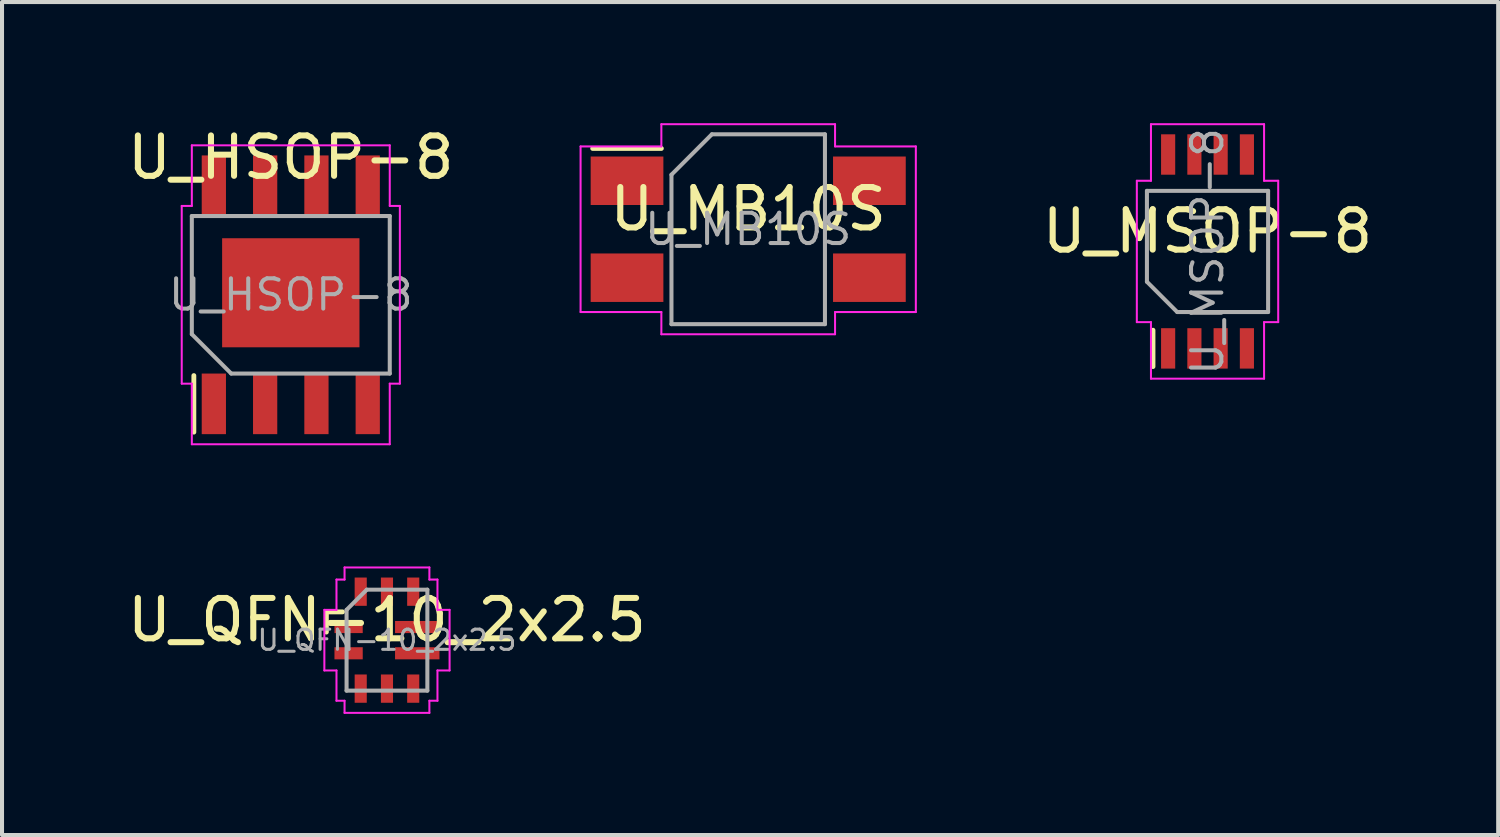
<source format=kicad_pcb>
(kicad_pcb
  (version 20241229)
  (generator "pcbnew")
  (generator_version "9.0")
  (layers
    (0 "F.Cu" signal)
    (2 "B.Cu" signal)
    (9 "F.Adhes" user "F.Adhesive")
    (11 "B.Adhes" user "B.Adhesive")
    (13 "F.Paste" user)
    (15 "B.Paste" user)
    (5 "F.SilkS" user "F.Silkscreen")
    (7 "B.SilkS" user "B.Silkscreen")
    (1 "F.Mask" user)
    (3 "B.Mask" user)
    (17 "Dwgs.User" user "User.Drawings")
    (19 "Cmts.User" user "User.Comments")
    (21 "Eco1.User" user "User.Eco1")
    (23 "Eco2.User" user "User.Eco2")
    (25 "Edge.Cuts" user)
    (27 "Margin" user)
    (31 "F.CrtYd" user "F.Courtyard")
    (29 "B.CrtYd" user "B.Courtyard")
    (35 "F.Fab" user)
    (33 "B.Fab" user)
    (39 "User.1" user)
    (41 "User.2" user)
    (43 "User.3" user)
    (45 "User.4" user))
  (footprint "U_QFN-10_2x2.5"
    (layer "F.Cu")
    (at 6.53 12.798)
    (property "Reference" "U_QFN-10_2x2.5" (at 0 -0.5 0) (unlocked yes) (layer "F.SilkS") (effects (font (size 1 1) (thickness 0.15))))
    (attr smd)
    (fp_line (start -1.5 -0.2) (end -1.5 -0.7) (stroke (width 0.12) (type default)) (layer "F.SilkS"))
    (fp_line (start -1.1 -0.7) (end -1.5 -0.7) (stroke (width 0.12) (type default)) (layer "F.SilkS"))
    (fp_line (start -1.55 -0.75) (end -1.55 0.75) (stroke (width 0.05) (type default)) (layer "F.CrtYd"))
    (fp_line (start -1.55 0.75) (end -1.25 0.75) (stroke (width 0.05) (type default)) (layer "F.CrtYd"))
    (fp_line (start -1.25 -1.5) (end -1.25 -0.75) (stroke (width 0.05) (type default)) (layer "F.CrtYd"))
    (fp_line (start -1.25 -0.75) (end -1.55 -0.75) (stroke (width 0.05) (type default)) (layer "F.CrtYd"))
    (fp_line (start -1.25 0.75) (end -1.25 1.5) (stroke (width 0.05) (type default)) (layer "F.CrtYd"))
    (fp_line (start -1.25 1.5) (end -1.05 1.5) (stroke (width 0.05) (type default)) (layer "F.CrtYd"))
    (fp_line (start -1.05 -1.8) (end -1.05 -1.5) (stroke (width 0.05) (type default)) (layer "F.CrtYd"))
    (fp_line (start -1.05 -1.5) (end -1.25 -1.5) (stroke (width 0.05) (type default)) (layer "F.CrtYd"))
    (fp_line (start -1.05 1.5) (end -1.05 1.8) (stroke (width 0.05) (type default)) (layer "F.CrtYd"))
    (fp_line (start -1.05 1.8) (end 1.05 1.8) (stroke (width 0.05) (type default)) (layer "F.CrtYd"))
    (fp_line (start 1.05 -1.8) (end -1.05 -1.8) (stroke (width 0.05) (type default)) (layer "F.CrtYd"))
    (fp_line (start 1.05 -1.5) (end 1.05 -1.8) (stroke (width 0.05) (type default)) (layer "F.CrtYd"))
    (fp_line (start 1.05 1.5) (end 1.25 1.5) (stroke (width 0.05) (type default)) (layer "F.CrtYd"))
    (fp_line (start 1.05 1.8) (end 1.05 1.5) (stroke (width 0.05) (type default)) (layer "F.CrtYd"))
    (fp_line (start 1.25 -1.5) (end 1.05 -1.5) (stroke (width 0.05) (type default)) (layer "F.CrtYd"))
    (fp_line (start 1.25 -0.75) (end 1.25 -1.5) (stroke (width 0.05) (type default)) (layer "F.CrtYd"))
    (fp_line (start 1.25 0.75) (end 1.55 0.75) (stroke (width 0.05) (type default)) (layer "F.CrtYd"))
    (fp_line (start 1.25 1.5) (end 1.25 0.75) (stroke (width 0.05) (type default)) (layer "F.CrtYd"))
    (fp_line (start 1.55 -0.75) (end 1.25 -0.75) (stroke (width 0.05) (type default)) (layer "F.CrtYd"))
    (fp_line (start 1.55 0.75) (end 1.55 -0.75) (stroke (width 0.05) (type default)) (layer "F.CrtYd"))
    (fp_line (start -1 -0.75) (end -0.5 -1.25) (stroke (width 0.1) (type default)) (layer "F.Fab"))
    (fp_line (start -1 1.25) (end -1 -0.75) (stroke (width 0.1) (type default)) (layer "F.Fab"))
    (fp_line (start -0.5 -1.25) (end 1 -1.25) (stroke (width 0.1) (type default)) (layer "F.Fab"))
    (fp_line (start 1 -1.25) (end 1 1.25) (stroke (width 0.1) (type default)) (layer "F.Fab"))
    (fp_line (start 1 1.25) (end -1 1.25) (stroke (width 0.1) (type default)) (layer "F.Fab"))
    (fp_text user "${REFERENCE}" (at 0 0 180) (layer "F.Fab") (effects (font (size 0.5 0.5) (thickness 0.075))))
    (pad "1" smd rect (at -0.95 -0.325) (size 0.7 0.3) (layers "F.Cu" "F.Mask" "F.Paste"))
    (pad "2" smd rect (at -0.95 0.325) (size 0.7 0.3) (layers "F.Cu" "F.Mask" "F.Paste"))
    (pad "3" smd rect (at -0.65 1.2 90) (size 0.7 0.3) (layers "F.Cu" "F.Mask" "F.Paste"))
    (pad "4" smd rect (at 0 1.2 90) (size 0.7 0.3) (layers "F.Cu" "F.Mask" "F.Paste"))
    (pad "5" smd rect (at 0.65 1.2 90) (size 0.7 0.3) (layers "F.Cu" "F.Mask" "F.Paste"))
    (pad "6" smd rect (at 0.75 0.325 180) (size 1.1 0.3) (layers "F.Cu" "F.Mask" "F.Paste"))
    (pad "7" smd rect (at 0.75 -0.325 180) (size 1.1 0.3) (layers "F.Cu" "F.Mask" "F.Paste"))
    (pad "8" smd rect (at 0.65 -1.2 270) (size 0.7 0.3) (layers "F.Cu" "F.Mask" "F.Paste"))
    (pad "9" smd rect (at 0 -1.2 270) (size 0.7 0.3) (layers "F.Cu" "F.Mask" "F.Paste"))
    (pad "10" smd rect (at -0.65 -1.2 270) (size 0.7 0.3) (layers "F.Cu" "F.Mask" "F.Paste")))
  (footprint "U_MB10S"
    (layer "F.Cu")
    (at 15.473 2.625)
    (property "Reference" "U_MB10S" (at 0 -0.5 0) (unlocked yes) (layer "F.SilkS") (effects (font (size 1 1) (thickness 0.15))))
    (attr smd)
    (fp_line (start -3.85 -2) (end -2.15 -2) (stroke (width 0.12) (type default)) (layer "F.SilkS"))
    (fp_line (start -4.15 -2.05) (end -4.15 2.05) (stroke (width 0.05) (type default)) (layer "F.CrtYd"))
    (fp_line (start -4.15 2.05) (end -2.15 2.05) (stroke (width 0.05) (type default)) (layer "F.CrtYd"))
    (fp_line (start -2.15 -2.6) (end -2.15 -2.05) (stroke (width 0.05) (type default)) (layer "F.CrtYd"))
    (fp_line (start -2.15 -2.05) (end -4.15 -2.05) (stroke (width 0.05) (type default)) (layer "F.CrtYd"))
    (fp_line (start -2.15 2.05) (end -2.15 2.6) (stroke (width 0.05) (type default)) (layer "F.CrtYd"))
    (fp_line (start -2.15 2.6) (end 2.15 2.6) (stroke (width 0.05) (type default)) (layer "F.CrtYd"))
    (fp_line (start 2.15 -2.6) (end -2.15 -2.6) (stroke (width 0.05) (type default)) (layer "F.CrtYd"))
    (fp_line (start 2.15 -2.05) (end 2.15 -2.6) (stroke (width 0.05) (type default)) (layer "F.CrtYd"))
    (fp_line (start 2.15 2.05) (end 4.15 2.05) (stroke (width 0.05) (type default)) (layer "F.CrtYd"))
    (fp_line (start 2.15 2.6) (end 2.15 2.05) (stroke (width 0.05) (type default)) (layer "F.CrtYd"))
    (fp_line (start 4.15 -2.05) (end 2.15 -2.05) (stroke (width 0.05) (type default)) (layer "F.CrtYd"))
    (fp_line (start 4.15 2.05) (end 4.15 -2.05) (stroke (width 0.05) (type default)) (layer "F.CrtYd"))
    (fp_line (start -1.9 -1.35) (end -0.9 -2.35) (stroke (width 0.1) (type default)) (layer "F.Fab"))
    (fp_line (start -1.9 2.35) (end -1.9 -1.35) (stroke (width 0.1) (type default)) (layer "F.Fab"))
    (fp_line (start -0.9 -2.35) (end 1.9 -2.35) (stroke (width 0.1) (type default)) (layer "F.Fab"))
    (fp_line (start 1.9 -2.35) (end 1.9 2.35) (stroke (width 0.1) (type default)) (layer "F.Fab"))
    (fp_line (start 1.9 2.35) (end -1.9 2.35) (stroke (width 0.1) (type default)) (layer "F.Fab"))
    (fp_text user "${REFERENCE}" (at 0 0 180) (layer "F.Fab") (effects (font (size 0.75 0.75) (thickness 0.1))))
    (pad "1" smd rect (at -3 -1.2) (size 1.8 1.2) (layers "F.Cu" "F.Mask" "F.Paste"))
    (pad "2" smd rect (at -3 1.2) (size 1.8 1.2) (layers "F.Cu" "F.Mask" "F.Paste"))
    (pad "3" smd rect (at 3 1.2) (size 1.8 1.2) (layers "F.Cu" "F.Mask" "F.Paste"))
    (pad "4" smd rect (at 3 -1.2) (size 1.8 1.2) (layers "F.Cu" "F.Mask" "F.Paste")))
  (footprint "U_MSOP-8"
    (layer "F.Cu")
    (at 26.844 3.175)
    (property "Reference" "U_MSOP-8" (at 0 -0.5 0) (unlocked yes) (layer "F.SilkS") (effects (font (size 1 1) (thickness 0.15))))
    (attr smd)
    (fp_line (start -1.35 2.85) (end -1.35 1.95) (stroke (width 0.12) (type default)) (layer "F.SilkS"))
    (fp_line (start -1.75 1.75) (end -1.75 -1.75) (stroke (width 0.05) (type default)) (layer "F.CrtYd"))
    (fp_line (start -1.75 1.75) (end -1.4 1.75) (stroke (width 0.05) (type default)) (layer "F.CrtYd"))
    (fp_line (start -1.4 -3.15) (end -1.4 -1.75) (stroke (width 0.05) (type default)) (layer "F.CrtYd"))
    (fp_line (start -1.4 -1.75) (end -1.75 -1.75) (stroke (width 0.05) (type default)) (layer "F.CrtYd"))
    (fp_line (start -1.4 1.75) (end -1.4 3.15) (stroke (width 0.05) (type default)) (layer "F.CrtYd"))
    (fp_line (start -1.4 3.15) (end 1.4 3.15) (stroke (width 0.05) (type default)) (layer "F.CrtYd"))
    (fp_line (start 1.4 -3.15) (end -1.4 -3.15) (stroke (width 0.05) (type default)) (layer "F.CrtYd"))
    (fp_line (start 1.4 -1.75) (end 1.4 -3.15) (stroke (width 0.05) (type default)) (layer "F.CrtYd"))
    (fp_line (start 1.4 1.75) (end 1.75 1.75) (stroke (width 0.05) (type default)) (layer "F.CrtYd"))
    (fp_line (start 1.4 3.15) (end 1.4 1.75) (stroke (width 0.05) (type default)) (layer "F.CrtYd"))
    (fp_line (start 1.75 -1.75) (end 1.4 -1.75) (stroke (width 0.05) (type default)) (layer "F.CrtYd"))
    (fp_line (start 1.75 1.75) (end 1.75 -1.75) (stroke (width 0.05) (type default)) (layer "F.CrtYd"))
    (fp_line (start -1.5 -1.5) (end 1.5 -1.5) (stroke (width 0.1) (type default)) (layer "F.Fab"))
    (fp_line (start -1.5 0.75) (end -1.5 -1.5) (stroke (width 0.1) (type default)) (layer "F.Fab"))
    (fp_line (start -1.5 0.75) (end -0.75 1.5) (stroke (width 0.1) (type default)) (layer "F.Fab"))
    (fp_line (start 1.5 -1.5) (end 1.5 1.5) (stroke (width 0.1) (type default)) (layer "F.Fab"))
    (fp_line (start 1.5 1.5) (end -0.75 1.5) (stroke (width 0.1) (type default)) (layer "F.Fab"))
    (fp_text user "${REFERENCE}" (at 0 0 90) (layer "F.Fab") (effects (font (size 0.75 0.75) (thickness 0.1))))
    (pad "1" smd rect (at -0.975 2.4 90) (size 1 0.35) (layers "F.Cu" "F.Mask" "F.Paste"))
    (pad "2" smd rect (at -0.325 2.4 90) (size 1 0.35) (layers "F.Cu" "F.Mask" "F.Paste"))
    (pad "3" smd rect (at 0.325 2.4 90) (size 1 0.35) (layers "F.Cu" "F.Mask" "F.Paste"))
    (pad "4" smd rect (at 0.975 2.4 90) (size 1 0.35) (layers "F.Cu" "F.Mask" "F.Paste"))
    (pad "5" smd rect (at 0.975 -2.4 90) (size 1 0.35) (layers "F.Cu" "F.Mask" "F.Paste"))
    (pad "6" smd rect (at 0.325 -2.4 90) (size 1 0.35) (layers "F.Cu" "F.Mask" "F.Paste"))
    (pad "7" smd rect (at -0.325 -2.4 90) (size 1 0.35) (layers "F.Cu" "F.Mask" "F.Paste"))
    (pad "8" smd rect (at -0.975 -2.4 90) (size 1 0.35) (layers "F.Cu" "F.Mask" "F.Paste")))
  (footprint "U_HSOP-8"
    (layer "F.Cu")
    (at 4.149 4.248)
    (property "Reference" "U_HSOP-8" (at 0 -3.4 0) (layer "F.SilkS") (effects (font (size 1 1) (thickness 0.15))))
    (attr smd)
    (fp_line (start -2.4 3.4) (end -2.4 2) (stroke (width 0.12) (type solid)) (layer "F.SilkS"))
    (fp_line (start -2.7 -2.2) (end -2.7 2.2) (stroke (width 0.05) (type default)) (layer "F.CrtYd"))
    (fp_line (start -2.7 -2.2) (end -2.45 -2.2) (stroke (width 0.05) (type default)) (layer "F.CrtYd"))
    (fp_line (start -2.45 -2.2) (end -2.45 -3.7) (stroke (width 0.05) (type default)) (layer "F.CrtYd"))
    (fp_line (start -2.45 2.2) (end -2.7 2.2) (stroke (width 0.05) (type default)) (layer "F.CrtYd"))
    (fp_line (start -2.45 3.7) (end -2.45 2.2) (stroke (width 0.05) (type default)) (layer "F.CrtYd"))
    (fp_line (start -2.45 3.7) (end 2.45 3.7) (stroke (width 0.05) (type default)) (layer "F.CrtYd"))
    (fp_line (start 2.45 -3.7) (end -2.45 -3.7) (stroke (width 0.05) (type default)) (layer "F.CrtYd"))
    (fp_line (start 2.45 -3.7) (end 2.45 -2.2) (stroke (width 0.05) (type default)) (layer "F.CrtYd"))
    (fp_line (start 2.45 -2.2) (end 2.7 -2.2) (stroke (width 0.05) (type default)) (layer "F.CrtYd"))
    (fp_line (start 2.45 2.2) (end 2.45 3.7) (stroke (width 0.05) (type default)) (layer "F.CrtYd"))
    (fp_line (start 2.7 2.2) (end 2.45 2.2) (stroke (width 0.05) (type default)) (layer "F.CrtYd"))
    (fp_line (start 2.7 2.2) (end 2.7 -2.2) (stroke (width 0.05) (type default)) (layer "F.CrtYd"))
    (fp_line (start -2.45 -1.95) (end 2.45 -1.95) (stroke (width 0.1) (type solid)) (layer "F.Fab"))
    (fp_line (start -2.45 0.975) (end -2.45 -1.95) (stroke (width 0.1) (type solid)) (layer "F.Fab"))
    (fp_line (start -1.475 1.95) (end -2.45 0.975) (stroke (width 0.1) (type solid)) (layer "F.Fab"))
    (fp_line (start 2.45 -1.95) (end 2.45 1.95) (stroke (width 0.1) (type solid)) (layer "F.Fab"))
    (fp_line (start 2.45 1.95) (end -1.475 1.95) (stroke (width 0.1) (type solid)) (layer "F.Fab"))
    (fp_text user "${REFERENCE}" (at 0 0 0) (layer "F.Fab") (effects (font (size 0.75 0.75) (thickness 0.1))))
    (pad "1" smd rect (at -1.905 2.7 90) (size 1.5 0.6) (layers "F.Cu" "F.Mask" "F.Paste"))
    (pad "2" smd rect (at -0.635 2.7 90) (size 1.5 0.6) (layers "F.Cu" "F.Mask" "F.Paste"))
    (pad "3" smd rect (at 0.635 2.7 90) (size 1.5 0.6) (layers "F.Cu" "F.Mask" "F.Paste"))
    (pad "4" smd rect (at 1.905 2.7 90) (size 1.5 0.6) (layers "F.Cu" "F.Mask" "F.Paste"))
    (pad "5" smd rect (at 1.905 -2.7 90) (size 1.5 0.6) (layers "F.Cu" "F.Mask" "F.Paste"))
    (pad "6" smd rect (at 0.635 -2.7 90) (size 1.5 0.6) (layers "F.Cu" "F.Mask" "F.Paste"))
    (pad "7" smd rect (at -0.635 -2.7 90) (size 1.5 0.6) (layers "F.Cu" "F.Mask" "F.Paste"))
    (pad "8" smd rect (at -1.905 -2.7 90) (size 1.5 0.6) (layers "F.Cu" "F.Mask" "F.Paste"))
    (pad "9" smd roundrect (at 0 -0.05 90) (size 2.5 3.2) (layers "F.Cu" "F.Paste") (roundrect_rratio 0.08))
    (pad "9" smd rect (at 0 -0.05 90) (size 2.7 3.4) (layers "F.Cu" "F.Mask")))
  (gr_rect
    (start -3 -3)
    (end 34.04 17.623)
    (stroke (width 0.1) (type default))
    (fill no)
    (layer "Edge.Cuts")))
</source>
